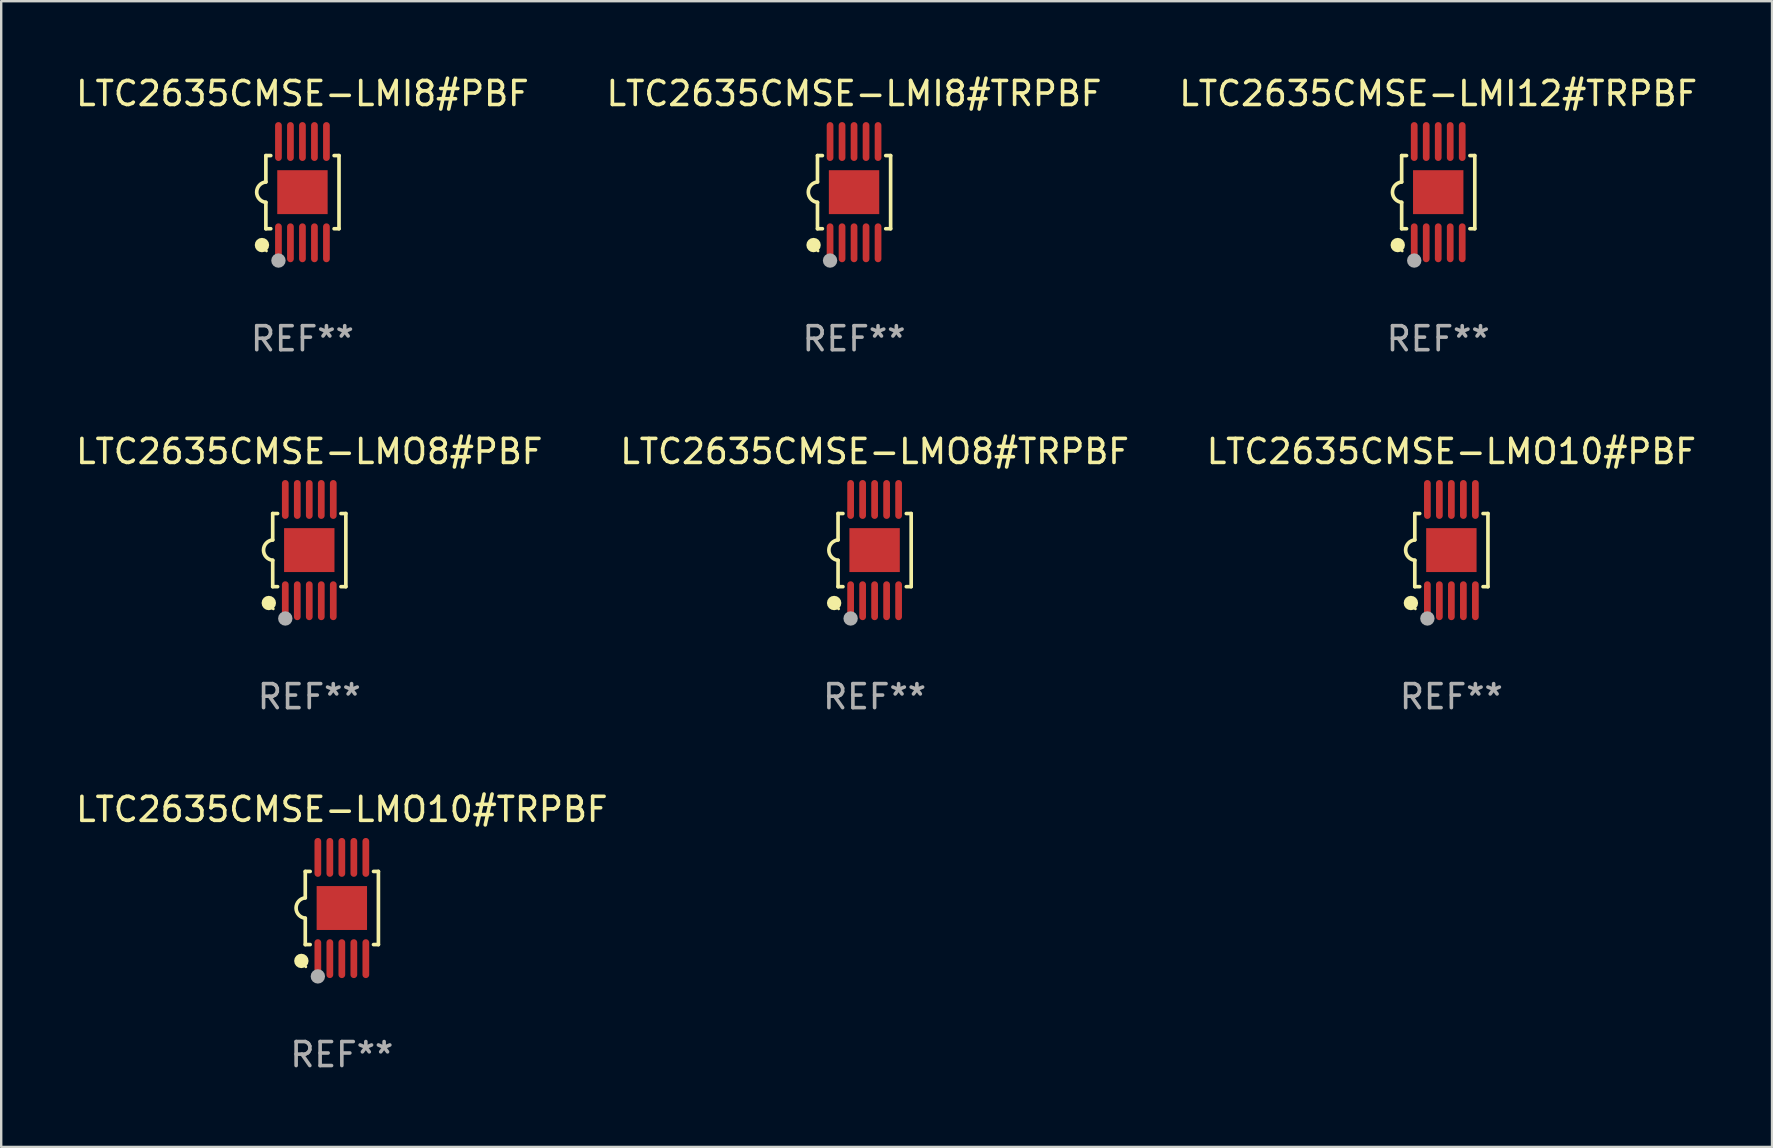
<source format=kicad_pcb>
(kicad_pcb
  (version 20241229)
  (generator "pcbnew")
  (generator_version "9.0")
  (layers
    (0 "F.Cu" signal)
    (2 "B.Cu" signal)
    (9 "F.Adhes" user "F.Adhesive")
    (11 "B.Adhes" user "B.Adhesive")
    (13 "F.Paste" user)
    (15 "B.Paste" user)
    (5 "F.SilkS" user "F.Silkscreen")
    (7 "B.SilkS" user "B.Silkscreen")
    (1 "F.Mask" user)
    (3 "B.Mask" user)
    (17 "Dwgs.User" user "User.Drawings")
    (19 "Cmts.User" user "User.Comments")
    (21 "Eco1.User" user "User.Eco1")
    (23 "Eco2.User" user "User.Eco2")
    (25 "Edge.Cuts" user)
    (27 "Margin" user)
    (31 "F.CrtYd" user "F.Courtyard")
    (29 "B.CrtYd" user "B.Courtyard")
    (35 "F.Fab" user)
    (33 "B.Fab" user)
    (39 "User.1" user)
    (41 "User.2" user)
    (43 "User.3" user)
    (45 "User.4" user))
  (footprint "LTC2635CMSE-LMI8#PBF"
    (layer "F.Cu")
    (at 9.554 4.958)
    (property "Reference" "LTC2635CMSE-LMI8#PBF" (at 0 -4.11 0) (layer "F.SilkS") (effects (font (size 1 1) (thickness 0.15))))
    (attr through_hole)
    (fp_line (start -1.524 -1.524) (end -1.524 -0.424) (stroke (width 0.152) (type solid)) (layer "F.SilkS"))
    (fp_line (start -1.524 1.524) (end -1.524 0.424) (stroke (width 0.152) (type solid)) (layer "F.SilkS"))
    (fp_line (start -1.524 1.524) (end -1.32 1.524) (stroke (width 0.152) (type solid)) (layer "F.SilkS"))
    (fp_line (start -1.32 -1.524) (end -1.524 -1.524) (stroke (width 0.152) (type solid)) (layer "F.SilkS"))
    (fp_line (start 1.32 1.524) (end 1.524 1.524) (stroke (width 0.152) (type solid)) (layer "F.SilkS"))
    (fp_line (start 1.524 -1.524) (end 1.32 -1.524) (stroke (width 0.152) (type solid)) (layer "F.SilkS"))
    (fp_line (start 1.524 1.524) (end 1.524 -1.524) (stroke (width 0.152) (type solid)) (layer "F.SilkS"))
    (fp_arc (start -1.524003 0.424003) (mid -1.906663 -0.000089) (end -1.524004 -0.424181) (stroke (width 0.151994) (type solid)) (layer "F.SilkS"))
    (fp_circle (center -1.687 2.205) (end -1.537 2.205) (stroke (width 0.3) (type solid)) (fill no) (layer "F.SilkS"))
    (fp_circle (center -1.5 2.45) (end -1.47 2.45) (stroke (width 0.06) (type solid)) (fill no) (layer "F.SilkS"))
    (fp_circle (center -1 2.85) (end -0.85 2.85) (stroke (width 0.3) (type solid)) (fill no) (layer "F.Fab"))
    (fp_text user "REF**" (at 0 6.11 0) (layer "F.Fab") (effects (font (size 1 1) (thickness 0.15))))
    (pad "1" smd oval (at -1 2.11) (size 0.28 1.62) (layers "F.Cu" "F.Mask" "F.Paste"))
    (pad "2" smd oval (at -0.5 2.11) (size 0.28 1.62) (layers "F.Cu" "F.Mask" "F.Paste"))
    (pad "3" smd oval (at 0 2.11) (size 0.28 1.62) (layers "F.Cu" "F.Mask" "F.Paste"))
    (pad "4" smd oval (at 0.5 2.11) (size 0.28 1.62) (layers "F.Cu" "F.Mask" "F.Paste"))
    (pad "5" smd oval (at 1 2.11) (size 0.28 1.62) (layers "F.Cu" "F.Mask" "F.Paste"))
    (pad "6" smd oval (at 1 -2.11) (size 0.28 1.62) (layers "F.Cu" "F.Mask" "F.Paste"))
    (pad "7" smd oval (at 0.5 -2.11) (size 0.28 1.62) (layers "F.Cu" "F.Mask" "F.Paste"))
    (pad "8" smd oval (at 0 -2.11) (size 0.28 1.62) (layers "F.Cu" "F.Mask" "F.Paste"))
    (pad "9" smd oval (at -0.5 -2.11) (size 0.28 1.62) (layers "F.Cu" "F.Mask" "F.Paste"))
    (pad "10" smd oval (at -1 -2.11) (size 0.28 1.62) (layers "F.Cu" "F.Mask" "F.Paste"))
    (pad "11" smd rect (at 0 0) (size 2.1 1.83) (layers "F.Cu" "F.Mask" "F.Paste")))
  (footprint "LTC2635CMSE-LMO10#TRPBF"
    (layer "F.Cu")
    (at 11.196 34.791)
    (property "Reference" "LTC2635CMSE-LMO10#TRPBF" (at 0 -4.11 0) (layer "F.SilkS") (effects (font (size 1 1) (thickness 0.15))))
    (attr through_hole)
    (fp_line (start -1.524 -1.524) (end -1.524 -0.424) (stroke (width 0.152) (type solid)) (layer "F.SilkS"))
    (fp_line (start -1.524 1.524) (end -1.524 0.424) (stroke (width 0.152) (type solid)) (layer "F.SilkS"))
    (fp_line (start -1.524 1.524) (end -1.32 1.524) (stroke (width 0.152) (type solid)) (layer "F.SilkS"))
    (fp_line (start -1.32 -1.524) (end -1.524 -1.524) (stroke (width 0.152) (type solid)) (layer "F.SilkS"))
    (fp_line (start 1.32 1.524) (end 1.524 1.524) (stroke (width 0.152) (type solid)) (layer "F.SilkS"))
    (fp_line (start 1.524 -1.524) (end 1.32 -1.524) (stroke (width 0.152) (type solid)) (layer "F.SilkS"))
    (fp_line (start 1.524 1.524) (end 1.524 -1.524) (stroke (width 0.152) (type solid)) (layer "F.SilkS"))
    (fp_arc (start -1.524003 0.424003) (mid -1.906663 -0.000089) (end -1.524004 -0.424181) (stroke (width 0.151994) (type solid)) (layer "F.SilkS"))
    (fp_circle (center -1.687 2.205) (end -1.537 2.205) (stroke (width 0.3) (type solid)) (fill no) (layer "F.SilkS"))
    (fp_circle (center -1.5 2.45) (end -1.47 2.45) (stroke (width 0.06) (type solid)) (fill no) (layer "F.SilkS"))
    (fp_circle (center -1 2.85) (end -0.85 2.85) (stroke (width 0.3) (type solid)) (fill no) (layer "F.Fab"))
    (fp_text user "REF**" (at 0 6.11 0) (layer "F.Fab") (effects (font (size 1 1) (thickness 0.15))))
    (pad "1" smd oval (at -1 2.11) (size 0.28 1.62) (layers "F.Cu" "F.Mask" "F.Paste"))
    (pad "2" smd oval (at -0.5 2.11) (size 0.28 1.62) (layers "F.Cu" "F.Mask" "F.Paste"))
    (pad "3" smd oval (at 0 2.11) (size 0.28 1.62) (layers "F.Cu" "F.Mask" "F.Paste"))
    (pad "4" smd oval (at 0.5 2.11) (size 0.28 1.62) (layers "F.Cu" "F.Mask" "F.Paste"))
    (pad "5" smd oval (at 1 2.11) (size 0.28 1.62) (layers "F.Cu" "F.Mask" "F.Paste"))
    (pad "6" smd oval (at 1 -2.11) (size 0.28 1.62) (layers "F.Cu" "F.Mask" "F.Paste"))
    (pad "7" smd oval (at 0.5 -2.11) (size 0.28 1.62) (layers "F.Cu" "F.Mask" "F.Paste"))
    (pad "8" smd oval (at 0 -2.11) (size 0.28 1.62) (layers "F.Cu" "F.Mask" "F.Paste"))
    (pad "9" smd oval (at -0.5 -2.11) (size 0.28 1.62) (layers "F.Cu" "F.Mask" "F.Paste"))
    (pad "10" smd oval (at -1 -2.11) (size 0.28 1.62) (layers "F.Cu" "F.Mask" "F.Paste"))
    (pad "11" smd rect (at 0 0) (size 2.1 1.83) (layers "F.Cu" "F.Mask" "F.Paste")))
  (footprint "LTC2635CMSE-LMI12#TRPBF"
    (layer "F.Cu")
    (at 56.887 4.958)
    (property "Reference" "LTC2635CMSE-LMI12#TRPBF" (at 0 -4.11 0) (layer "F.SilkS") (effects (font (size 1 1) (thickness 0.15))))
    (attr through_hole)
    (fp_line (start -1.524 -1.524) (end -1.524 -0.424) (stroke (width 0.152) (type solid)) (layer "F.SilkS"))
    (fp_line (start -1.524 1.524) (end -1.524 0.424) (stroke (width 0.152) (type solid)) (layer "F.SilkS"))
    (fp_line (start -1.524 1.524) (end -1.32 1.524) (stroke (width 0.152) (type solid)) (layer "F.SilkS"))
    (fp_line (start -1.32 -1.524) (end -1.524 -1.524) (stroke (width 0.152) (type solid)) (layer "F.SilkS"))
    (fp_line (start 1.32 1.524) (end 1.524 1.524) (stroke (width 0.152) (type solid)) (layer "F.SilkS"))
    (fp_line (start 1.524 -1.524) (end 1.32 -1.524) (stroke (width 0.152) (type solid)) (layer "F.SilkS"))
    (fp_line (start 1.524 1.524) (end 1.524 -1.524) (stroke (width 0.152) (type solid)) (layer "F.SilkS"))
    (fp_arc (start -1.524003 0.424003) (mid -1.906663 -0.000089) (end -1.524004 -0.424181) (stroke (width 0.151994) (type solid)) (layer "F.SilkS"))
    (fp_circle (center -1.687 2.205) (end -1.537 2.205) (stroke (width 0.3) (type solid)) (fill no) (layer "F.SilkS"))
    (fp_circle (center -1.5 2.45) (end -1.47 2.45) (stroke (width 0.06) (type solid)) (fill no) (layer "F.SilkS"))
    (fp_circle (center -1 2.85) (end -0.85 2.85) (stroke (width 0.3) (type solid)) (fill no) (layer "F.Fab"))
    (fp_text user "REF**" (at 0 6.11 0) (layer "F.Fab") (effects (font (size 1 1) (thickness 0.15))))
    (pad "1" smd oval (at -1 2.11) (size 0.28 1.62) (layers "F.Cu" "F.Mask" "F.Paste"))
    (pad "2" smd oval (at -0.5 2.11) (size 0.28 1.62) (layers "F.Cu" "F.Mask" "F.Paste"))
    (pad "3" smd oval (at 0 2.11) (size 0.28 1.62) (layers "F.Cu" "F.Mask" "F.Paste"))
    (pad "4" smd oval (at 0.5 2.11) (size 0.28 1.62) (layers "F.Cu" "F.Mask" "F.Paste"))
    (pad "5" smd oval (at 1 2.11) (size 0.28 1.62) (layers "F.Cu" "F.Mask" "F.Paste"))
    (pad "6" smd oval (at 1 -2.11) (size 0.28 1.62) (layers "F.Cu" "F.Mask" "F.Paste"))
    (pad "7" smd oval (at 0.5 -2.11) (size 0.28 1.62) (layers "F.Cu" "F.Mask" "F.Paste"))
    (pad "8" smd oval (at 0 -2.11) (size 0.28 1.62) (layers "F.Cu" "F.Mask" "F.Paste"))
    (pad "9" smd oval (at -0.5 -2.11) (size 0.28 1.62) (layers "F.Cu" "F.Mask" "F.Paste"))
    (pad "10" smd oval (at -1 -2.11) (size 0.28 1.62) (layers "F.Cu" "F.Mask" "F.Paste"))
    (pad "11" smd rect (at 0 0) (size 2.1 1.83) (layers "F.Cu" "F.Mask" "F.Paste")))
  (footprint "LTC2635CMSE-LMI8#TRPBF"
    (layer "F.Cu")
    (at 32.542 4.958)
    (property "Reference" "LTC2635CMSE-LMI8#TRPBF" (at 0 -4.11 0) (layer "F.SilkS") (effects (font (size 1 1) (thickness 0.15))))
    (attr through_hole)
    (fp_line (start -1.524 -1.524) (end -1.524 -0.424) (stroke (width 0.152) (type solid)) (layer "F.SilkS"))
    (fp_line (start -1.524 1.524) (end -1.524 0.424) (stroke (width 0.152) (type solid)) (layer "F.SilkS"))
    (fp_line (start -1.524 1.524) (end -1.32 1.524) (stroke (width 0.152) (type solid)) (layer "F.SilkS"))
    (fp_line (start -1.32 -1.524) (end -1.524 -1.524) (stroke (width 0.152) (type solid)) (layer "F.SilkS"))
    (fp_line (start 1.32 1.524) (end 1.524 1.524) (stroke (width 0.152) (type solid)) (layer "F.SilkS"))
    (fp_line (start 1.524 -1.524) (end 1.32 -1.524) (stroke (width 0.152) (type solid)) (layer "F.SilkS"))
    (fp_line (start 1.524 1.524) (end 1.524 -1.524) (stroke (width 0.152) (type solid)) (layer "F.SilkS"))
    (fp_arc (start -1.524003 0.424003) (mid -1.906663 -0.000089) (end -1.524004 -0.424181) (stroke (width 0.151994) (type solid)) (layer "F.SilkS"))
    (fp_circle (center -1.687 2.205) (end -1.537 2.205) (stroke (width 0.3) (type solid)) (fill no) (layer "F.SilkS"))
    (fp_circle (center -1.5 2.45) (end -1.47 2.45) (stroke (width 0.06) (type solid)) (fill no) (layer "F.SilkS"))
    (fp_circle (center -1 2.85) (end -0.85 2.85) (stroke (width 0.3) (type solid)) (fill no) (layer "F.Fab"))
    (fp_text user "REF**" (at 0 6.11 0) (layer "F.Fab") (effects (font (size 1 1) (thickness 0.15))))
    (pad "1" smd oval (at -1 2.11) (size 0.28 1.62) (layers "F.Cu" "F.Mask" "F.Paste"))
    (pad "2" smd oval (at -0.5 2.11) (size 0.28 1.62) (layers "F.Cu" "F.Mask" "F.Paste"))
    (pad "3" smd oval (at 0 2.11) (size 0.28 1.62) (layers "F.Cu" "F.Mask" "F.Paste"))
    (pad "4" smd oval (at 0.5 2.11) (size 0.28 1.62) (layers "F.Cu" "F.Mask" "F.Paste"))
    (pad "5" smd oval (at 1 2.11) (size 0.28 1.62) (layers "F.Cu" "F.Mask" "F.Paste"))
    (pad "6" smd oval (at 1 -2.11) (size 0.28 1.62) (layers "F.Cu" "F.Mask" "F.Paste"))
    (pad "7" smd oval (at 0.5 -2.11) (size 0.28 1.62) (layers "F.Cu" "F.Mask" "F.Paste"))
    (pad "8" smd oval (at 0 -2.11) (size 0.28 1.62) (layers "F.Cu" "F.Mask" "F.Paste"))
    (pad "9" smd oval (at -0.5 -2.11) (size 0.28 1.62) (layers "F.Cu" "F.Mask" "F.Paste"))
    (pad "10" smd oval (at -1 -2.11) (size 0.28 1.62) (layers "F.Cu" "F.Mask" "F.Paste"))
    (pad "11" smd rect (at 0 0) (size 2.1 1.83) (layers "F.Cu" "F.Mask" "F.Paste")))
  (footprint "LTC2635CMSE-LMO8#PBF"
    (layer "F.Cu")
    (at 9.839 19.875)
    (property "Reference" "LTC2635CMSE-LMO8#PBF" (at 0 -4.11 0) (layer "F.SilkS") (effects (font (size 1 1) (thickness 0.15))))
    (attr through_hole)
    (fp_line (start -1.524 -1.524) (end -1.524 -0.424) (stroke (width 0.152) (type solid)) (layer "F.SilkS"))
    (fp_line (start -1.524 1.524) (end -1.524 0.424) (stroke (width 0.152) (type solid)) (layer "F.SilkS"))
    (fp_line (start -1.524 1.524) (end -1.32 1.524) (stroke (width 0.152) (type solid)) (layer "F.SilkS"))
    (fp_line (start -1.32 -1.524) (end -1.524 -1.524) (stroke (width 0.152) (type solid)) (layer "F.SilkS"))
    (fp_line (start 1.32 1.524) (end 1.524 1.524) (stroke (width 0.152) (type solid)) (layer "F.SilkS"))
    (fp_line (start 1.524 -1.524) (end 1.32 -1.524) (stroke (width 0.152) (type solid)) (layer "F.SilkS"))
    (fp_line (start 1.524 1.524) (end 1.524 -1.524) (stroke (width 0.152) (type solid)) (layer "F.SilkS"))
    (fp_arc (start -1.524003 0.424003) (mid -1.906663 -0.000089) (end -1.524004 -0.424181) (stroke (width 0.151994) (type solid)) (layer "F.SilkS"))
    (fp_circle (center -1.687 2.205) (end -1.537 2.205) (stroke (width 0.3) (type solid)) (fill no) (layer "F.SilkS"))
    (fp_circle (center -1.5 2.45) (end -1.47 2.45) (stroke (width 0.06) (type solid)) (fill no) (layer "F.SilkS"))
    (fp_circle (center -1 2.85) (end -0.85 2.85) (stroke (width 0.3) (type solid)) (fill no) (layer "F.Fab"))
    (fp_text user "REF**" (at 0 6.11 0) (layer "F.Fab") (effects (font (size 1 1) (thickness 0.15))))
    (pad "1" smd oval (at -1 2.11) (size 0.28 1.62) (layers "F.Cu" "F.Mask" "F.Paste"))
    (pad "2" smd oval (at -0.5 2.11) (size 0.28 1.62) (layers "F.Cu" "F.Mask" "F.Paste"))
    (pad "3" smd oval (at 0 2.11) (size 0.28 1.62) (layers "F.Cu" "F.Mask" "F.Paste"))
    (pad "4" smd oval (at 0.5 2.11) (size 0.28 1.62) (layers "F.Cu" "F.Mask" "F.Paste"))
    (pad "5" smd oval (at 1 2.11) (size 0.28 1.62) (layers "F.Cu" "F.Mask" "F.Paste"))
    (pad "6" smd oval (at 1 -2.11) (size 0.28 1.62) (layers "F.Cu" "F.Mask" "F.Paste"))
    (pad "7" smd oval (at 0.5 -2.11) (size 0.28 1.62) (layers "F.Cu" "F.Mask" "F.Paste"))
    (pad "8" smd oval (at 0 -2.11) (size 0.28 1.62) (layers "F.Cu" "F.Mask" "F.Paste"))
    (pad "9" smd oval (at -0.5 -2.11) (size 0.28 1.62) (layers "F.Cu" "F.Mask" "F.Paste"))
    (pad "10" smd oval (at -1 -2.11) (size 0.28 1.62) (layers "F.Cu" "F.Mask" "F.Paste"))
    (pad "11" smd rect (at 0 0) (size 2.1 1.83) (layers "F.Cu" "F.Mask" "F.Paste")))
  (footprint "LTC2635CMSE-LMO8#TRPBF"
    (layer "F.Cu")
    (at 33.399 19.875)
    (property "Reference" "LTC2635CMSE-LMO8#TRPBF" (at 0 -4.11 0) (layer "F.SilkS") (effects (font (size 1 1) (thickness 0.15))))
    (attr through_hole)
    (fp_line (start -1.524 -1.524) (end -1.524 -0.424) (stroke (width 0.152) (type solid)) (layer "F.SilkS"))
    (fp_line (start -1.524 1.524) (end -1.524 0.424) (stroke (width 0.152) (type solid)) (layer "F.SilkS"))
    (fp_line (start -1.524 1.524) (end -1.32 1.524) (stroke (width 0.152) (type solid)) (layer "F.SilkS"))
    (fp_line (start -1.32 -1.524) (end -1.524 -1.524) (stroke (width 0.152) (type solid)) (layer "F.SilkS"))
    (fp_line (start 1.32 1.524) (end 1.524 1.524) (stroke (width 0.152) (type solid)) (layer "F.SilkS"))
    (fp_line (start 1.524 -1.524) (end 1.32 -1.524) (stroke (width 0.152) (type solid)) (layer "F.SilkS"))
    (fp_line (start 1.524 1.524) (end 1.524 -1.524) (stroke (width 0.152) (type solid)) (layer "F.SilkS"))
    (fp_arc (start -1.524003 0.424003) (mid -1.906663 -0.000089) (end -1.524004 -0.424181) (stroke (width 0.151994) (type solid)) (layer "F.SilkS"))
    (fp_circle (center -1.687 2.205) (end -1.537 2.205) (stroke (width 0.3) (type solid)) (fill no) (layer "F.SilkS"))
    (fp_circle (center -1.5 2.45) (end -1.47 2.45) (stroke (width 0.06) (type solid)) (fill no) (layer "F.SilkS"))
    (fp_circle (center -1 2.85) (end -0.85 2.85) (stroke (width 0.3) (type solid)) (fill no) (layer "F.Fab"))
    (fp_text user "REF**" (at 0 6.11 0) (layer "F.Fab") (effects (font (size 1 1) (thickness 0.15))))
    (pad "1" smd oval (at -1 2.11) (size 0.28 1.62) (layers "F.Cu" "F.Mask" "F.Paste"))
    (pad "2" smd oval (at -0.5 2.11) (size 0.28 1.62) (layers "F.Cu" "F.Mask" "F.Paste"))
    (pad "3" smd oval (at 0 2.11) (size 0.28 1.62) (layers "F.Cu" "F.Mask" "F.Paste"))
    (pad "4" smd oval (at 0.5 2.11) (size 0.28 1.62) (layers "F.Cu" "F.Mask" "F.Paste"))
    (pad "5" smd oval (at 1 2.11) (size 0.28 1.62) (layers "F.Cu" "F.Mask" "F.Paste"))
    (pad "6" smd oval (at 1 -2.11) (size 0.28 1.62) (layers "F.Cu" "F.Mask" "F.Paste"))
    (pad "7" smd oval (at 0.5 -2.11) (size 0.28 1.62) (layers "F.Cu" "F.Mask" "F.Paste"))
    (pad "8" smd oval (at 0 -2.11) (size 0.28 1.62) (layers "F.Cu" "F.Mask" "F.Paste"))
    (pad "9" smd oval (at -0.5 -2.11) (size 0.28 1.62) (layers "F.Cu" "F.Mask" "F.Paste"))
    (pad "10" smd oval (at -1 -2.11) (size 0.28 1.62) (layers "F.Cu" "F.Mask" "F.Paste"))
    (pad "11" smd rect (at 0 0) (size 2.1 1.83) (layers "F.Cu" "F.Mask" "F.Paste")))
  (footprint "LTC2635CMSE-LMO10#PBF"
    (layer "F.Cu")
    (at 57.435 19.875)
    (property "Reference" "LTC2635CMSE-LMO10#PBF" (at 0 -4.11 0) (layer "F.SilkS") (effects (font (size 1 1) (thickness 0.15))))
    (attr through_hole)
    (fp_line (start -1.524 -1.524) (end -1.524 -0.424) (stroke (width 0.152) (type solid)) (layer "F.SilkS"))
    (fp_line (start -1.524 1.524) (end -1.524 0.424) (stroke (width 0.152) (type solid)) (layer "F.SilkS"))
    (fp_line (start -1.524 1.524) (end -1.32 1.524) (stroke (width 0.152) (type solid)) (layer "F.SilkS"))
    (fp_line (start -1.32 -1.524) (end -1.524 -1.524) (stroke (width 0.152) (type solid)) (layer "F.SilkS"))
    (fp_line (start 1.32 1.524) (end 1.524 1.524) (stroke (width 0.152) (type solid)) (layer "F.SilkS"))
    (fp_line (start 1.524 -1.524) (end 1.32 -1.524) (stroke (width 0.152) (type solid)) (layer "F.SilkS"))
    (fp_line (start 1.524 1.524) (end 1.524 -1.524) (stroke (width 0.152) (type solid)) (layer "F.SilkS"))
    (fp_arc (start -1.524003 0.424003) (mid -1.906663 -0.000089) (end -1.524004 -0.424181) (stroke (width 0.151994) (type solid)) (layer "F.SilkS"))
    (fp_circle (center -1.687 2.205) (end -1.537 2.205) (stroke (width 0.3) (type solid)) (fill no) (layer "F.SilkS"))
    (fp_circle (center -1.5 2.45) (end -1.47 2.45) (stroke (width 0.06) (type solid)) (fill no) (layer "F.SilkS"))
    (fp_circle (center -1 2.85) (end -0.85 2.85) (stroke (width 0.3) (type solid)) (fill no) (layer "F.Fab"))
    (fp_text user "REF**" (at 0 6.11 0) (layer "F.Fab") (effects (font (size 1 1) (thickness 0.15))))
    (pad "1" smd oval (at -1 2.11) (size 0.28 1.62) (layers "F.Cu" "F.Mask" "F.Paste"))
    (pad "2" smd oval (at -0.5 2.11) (size 0.28 1.62) (layers "F.Cu" "F.Mask" "F.Paste"))
    (pad "3" smd oval (at 0 2.11) (size 0.28 1.62) (layers "F.Cu" "F.Mask" "F.Paste"))
    (pad "4" smd oval (at 0.5 2.11) (size 0.28 1.62) (layers "F.Cu" "F.Mask" "F.Paste"))
    (pad "5" smd oval (at 1 2.11) (size 0.28 1.62) (layers "F.Cu" "F.Mask" "F.Paste"))
    (pad "6" smd oval (at 1 -2.11) (size 0.28 1.62) (layers "F.Cu" "F.Mask" "F.Paste"))
    (pad "7" smd oval (at 0.5 -2.11) (size 0.28 1.62) (layers "F.Cu" "F.Mask" "F.Paste"))
    (pad "8" smd oval (at 0 -2.11) (size 0.28 1.62) (layers "F.Cu" "F.Mask" "F.Paste"))
    (pad "9" smd oval (at -0.5 -2.11) (size 0.28 1.62) (layers "F.Cu" "F.Mask" "F.Paste"))
    (pad "10" smd oval (at -1 -2.11) (size 0.28 1.62) (layers "F.Cu" "F.Mask" "F.Paste"))
    (pad "11" smd rect (at 0 0) (size 2.1 1.83) (layers "F.Cu" "F.Mask" "F.Paste")))
  (gr_rect
    (start -3 -3)
    (end 70.798 44.749)
    (stroke (width 0.1) (type default))
    (fill no)
    (layer "Edge.Cuts")))
</source>
